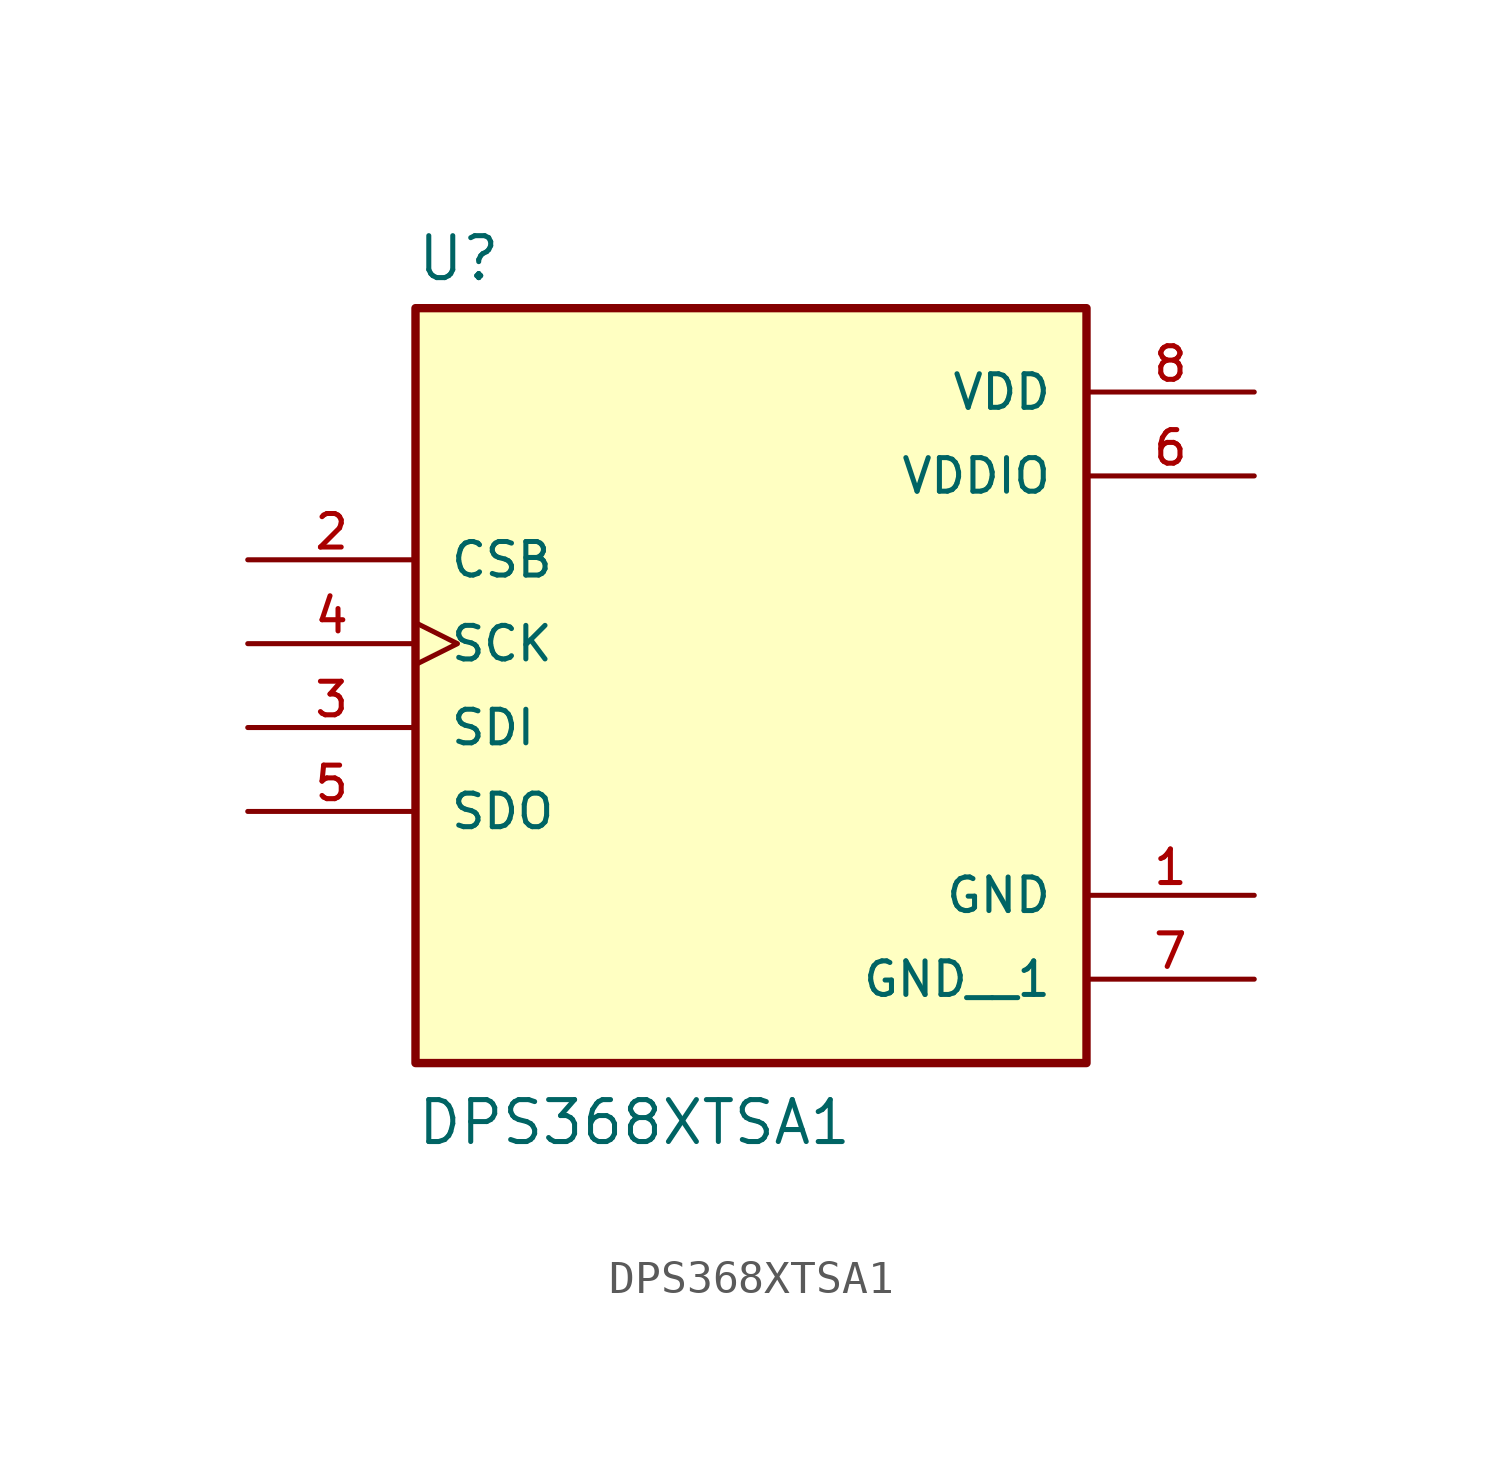
<source format=kicad_sym>
(kicad_symbol_lib
  (version 20220914)
  (generator kicad_symbol_editor)
  (symbol "DPS368XTSA1"
    (pin_names
      (offset 1.016))
    (property "Reference" "U"
      (at -10.16 10.922 0)
      (effects (font (size 1.27 1.27)) (justify left bottom)))
    (property "Value" "DPS368XTSA1"
      (at -10.16 -15.24 0)
      (effects (font (size 1.27 1.27)) (justify left bottom)))
    (symbol "DPS368XTSA1_0_0"
      (rectangle (start -10.16 10.16) (end 10.16 -12.7) (stroke (width 0.254) (type default)) (fill (type background)))
      (pin power_in line (at 15.24 -7.62 180) (length 5.08) (name "GND" (effects (font (size 1.016 1.016)))) (number "1" (effects (font (size 1.016 1.016)))))
      (pin input line (at -15.24 2.54 0) (length 5.08) (name "CSB" (effects (font (size 1.016 1.016)))) (number "2" (effects (font (size 1.016 1.016)))))
      (pin input line (at -15.24 -2.54 0) (length 5.08) (name "SDI" (effects (font (size 1.016 1.016)))) (number "3" (effects (font (size 1.016 1.016)))))
      (pin input clock (at -15.24 0 0) (length 5.08) (name "SCK" (effects (font (size 1.016 1.016)))) (number "4" (effects (font (size 1.016 1.016)))))
      (pin output line (at -15.24 -5.08 0) (length 5.08) (name "SDO" (effects (font (size 1.016 1.016)))) (number "5" (effects (font (size 1.016 1.016)))))
      (pin power_in line (at 15.24 5.08 180) (length 5.08) (name "VDDIO" (effects (font (size 1.016 1.016)))) (number "6" (effects (font (size 1.016 1.016)))))
      (pin power_in line (at 15.24 -10.16 180) (length 5.08) (name "GND__1" (effects (font (size 1.016 1.016)))) (number "7" (effects (font (size 1.016 1.016)))))
      (pin power_in line (at 15.24 7.62 180) (length 5.08) (name "VDD" (effects (font (size 1.016 1.016)))) (number "8" (effects (font (size 1.016 1.016))))))))
</source>
